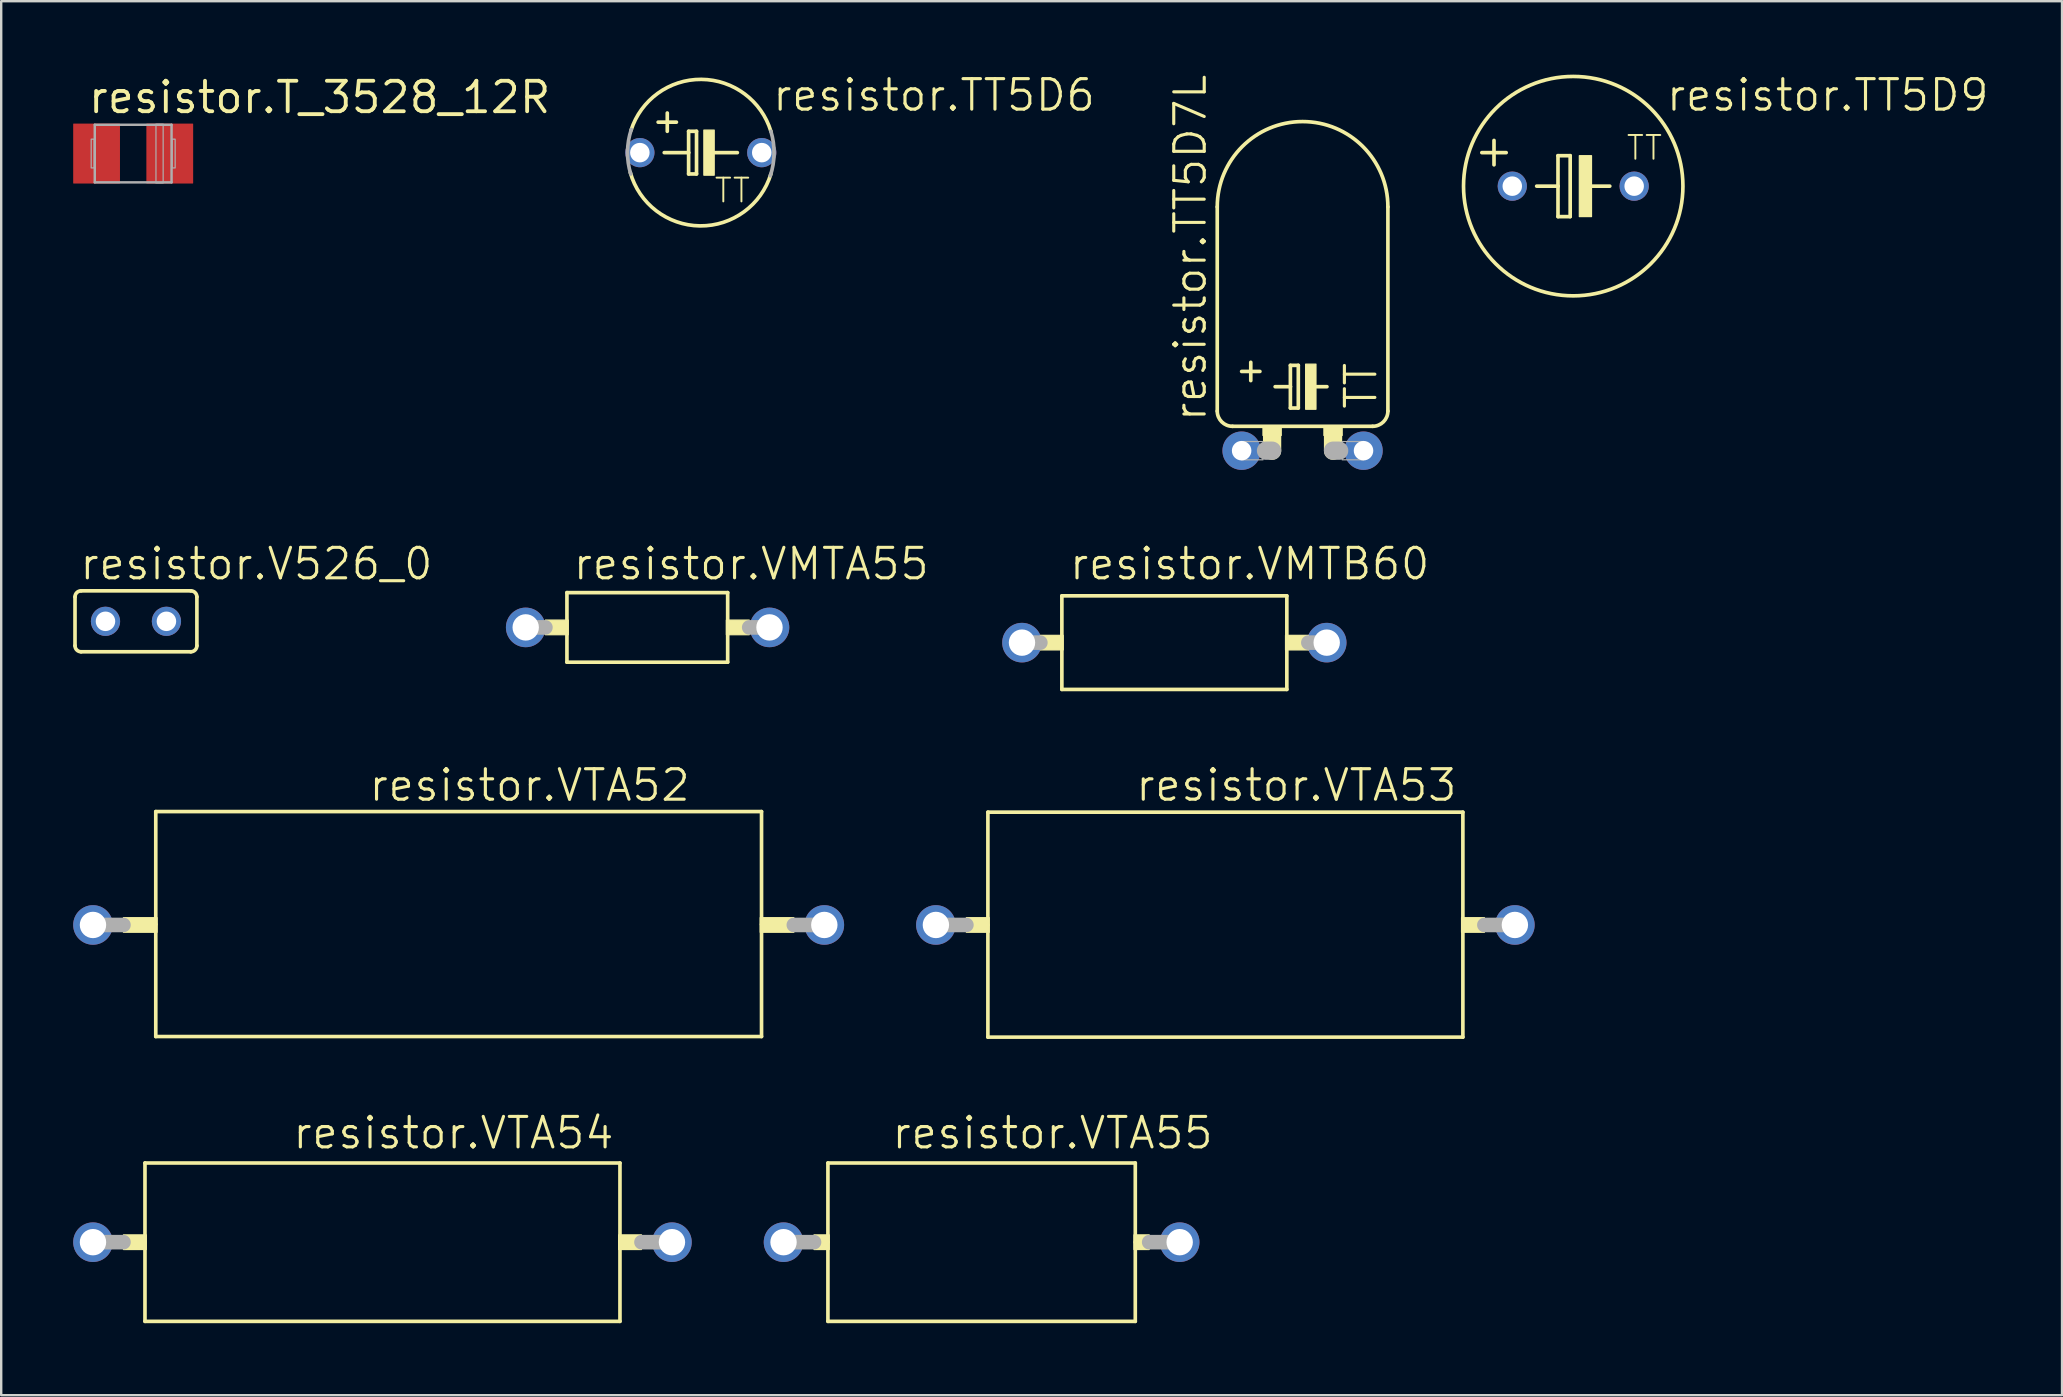
<source format=kicad_pcb>
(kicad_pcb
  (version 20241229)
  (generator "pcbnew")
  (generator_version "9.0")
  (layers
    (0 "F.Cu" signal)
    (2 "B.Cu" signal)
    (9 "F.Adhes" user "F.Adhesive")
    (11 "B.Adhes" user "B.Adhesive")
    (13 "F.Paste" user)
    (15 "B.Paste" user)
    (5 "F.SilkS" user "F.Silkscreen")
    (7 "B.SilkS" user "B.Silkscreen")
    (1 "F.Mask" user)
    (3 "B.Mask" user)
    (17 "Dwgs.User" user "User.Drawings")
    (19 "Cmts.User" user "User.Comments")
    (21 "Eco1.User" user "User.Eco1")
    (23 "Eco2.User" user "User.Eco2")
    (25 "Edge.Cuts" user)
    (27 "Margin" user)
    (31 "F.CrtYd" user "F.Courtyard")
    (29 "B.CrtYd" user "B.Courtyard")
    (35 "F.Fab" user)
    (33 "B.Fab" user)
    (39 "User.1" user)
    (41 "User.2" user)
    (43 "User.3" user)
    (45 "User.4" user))
  (footprint "resistor.VMTA55"
    (layer "F.Cu")
    (at 23.94 23.098)
    (property "Reference" "resistor.VMTA55" (at -3.175 -1.905 0) (layer "F.SilkS") (effects (font (size 1.27 1.27) (thickness 0.13)) (justify left bottom)))
    (attr through_hole)
    (fp_line (start -3.362 -1.45) (end -3.362 1.45) (stroke (width 0.152) (type default)) (layer "F.SilkS"))
    (fp_line (start -3.362 1.45) (end 3.337 1.45) (stroke (width 0.152) (type default)) (layer "F.SilkS"))
    (fp_line (start 3.337 -1.45) (end -3.362 -1.45) (stroke (width 0.152) (type default)) (layer "F.SilkS"))
    (fp_line (start 3.337 1.45) (end 3.337 -1.45) (stroke (width 0.152) (type default)) (layer "F.SilkS"))
    (fp_rect (start -4.26 0.305) (end -3.308 -0.305) (stroke (width 0.05) (type default)) (fill yes) (layer "F.SilkS"))
    (fp_rect (start 3.283 0.305) (end 4.235 -0.305) (stroke (width 0.05) (type default)) (fill yes) (layer "F.SilkS"))
    (fp_line (start -5.08 0) (end -4.26 0) (stroke (width 0.61) (type default)) (layer "F.Fab"))
    (fp_line (start 4.235 0) (end 5.08 0) (stroke (width 0.61) (type default)) (layer "F.Fab"))
    (pad "1" thru_hole circle (at -5.08 0) (size 1.65 1.65) (drill 1.1) (layers "*.Cu" "*.Mask"))
    (pad "2" thru_hole circle (at 5.08 0) (size 1.65 1.65) (drill 1.1) (layers "*.Cu" "*.Mask")))
  (footprint "resistor.VTA52"
    (layer "F.Cu")
    (at 16.065 35.499)
    (property "Reference" "resistor.VTA52" (at -3.81 -5.08 0) (layer "F.SilkS") (effects (font (size 1.27 1.27) (thickness 0.13)) (justify left bottom)))
    (attr through_hole)
    (fp_line (start -12.623 -4.725) (end -12.623 -0.025) (stroke (width 0.152) (type default)) (layer "F.SilkS"))
    (fp_line (start -12.623 -0.025) (end -12.623 4.65) (stroke (width 0.152) (type default)) (layer "F.SilkS"))
    (fp_line (start -12.623 4.65) (end 12.623 4.65) (stroke (width 0.152) (type default)) (layer "F.SilkS"))
    (fp_line (start 12.623 -4.725) (end -12.623 -4.725) (stroke (width 0.152) (type default)) (layer "F.SilkS"))
    (fp_line (start 12.623 -0.025) (end 12.623 -4.725) (stroke (width 0.152) (type default)) (layer "F.SilkS"))
    (fp_line (start 12.623 4.65) (end 12.623 -0.025) (stroke (width 0.152) (type default)) (layer "F.SilkS"))
    (fp_rect (start -13.97 0.305) (end -12.568 -0.305) (stroke (width 0.05) (type default)) (fill yes) (layer "F.SilkS"))
    (fp_rect (start 12.568 0.305) (end 13.97 -0.305) (stroke (width 0.05) (type default)) (fill yes) (layer "F.SilkS"))
    (fp_line (start -15.24 0) (end -13.97 0) (stroke (width 0.61) (type default)) (layer "F.Fab"))
    (fp_line (start 13.97 0) (end 15.24 0) (stroke (width 0.61) (type default)) (layer "F.Fab"))
    (pad "1" thru_hole circle (at -15.24 0) (size 1.65 1.65) (drill 1.1) (layers "*.Cu" "*.Mask"))
    (pad "2" thru_hole circle (at 15.24 0) (size 1.65 1.65) (drill 1.1) (layers "*.Cu" "*.Mask")))
  (footprint "resistor.TT5D9"
    (layer "F.Cu")
    (at 62.517 4.708)
    (property "Reference" "resistor.TT5D9" (at 3.81 -3.048 0) (layer "F.SilkS") (effects (font (size 1.27 1.27) (thickness 0.13)) (justify left bottom)))
    (attr through_hole)
    (fp_line (start -3.302 -1.905) (end -3.302 -0.889) (stroke (width 0.152) (type default)) (layer "F.SilkS"))
    (fp_line (start -2.794 -1.397) (end -3.81 -1.397) (stroke (width 0.152) (type default)) (layer "F.SilkS"))
    (fp_line (start -1.524 0) (end -0.635 0) (stroke (width 0.152) (type default)) (layer "F.SilkS"))
    (fp_line (start -0.635 -1.27) (end -0.635 0) (stroke (width 0.152) (type default)) (layer "F.SilkS"))
    (fp_line (start -0.635 0) (end -0.635 1.27) (stroke (width 0.152) (type default)) (layer "F.SilkS"))
    (fp_line (start -0.635 1.27) (end -0.127 1.27) (stroke (width 0.152) (type default)) (layer "F.SilkS"))
    (fp_line (start -0.127 -1.27) (end -0.635 -1.27) (stroke (width 0.152) (type default)) (layer "F.SilkS"))
    (fp_line (start -0.127 1.27) (end -0.127 -1.27) (stroke (width 0.152) (type default)) (layer "F.SilkS"))
    (fp_line (start 0.635 0) (end 1.524 0) (stroke (width 0.152) (type default)) (layer "F.SilkS"))
    (fp_rect (start 0.254 1.27) (end 0.762 -1.27) (stroke (width 0.05) (type default)) (fill yes) (layer "F.SilkS"))
    (fp_circle (center 0 0) (end 4.572 0) (stroke (width 0.152) (type default)) (fill no) (layer "F.SilkS"))
    (fp_text user "TT" (at 2.159 -1.016 0) (layer "F.SilkS") (effects (font (size 0.991 0.991) (thickness 0.08)) (justify left bottom)))
    (pad "+" thru_hole circle (at -2.54 0) (size 1.219 1.219) (drill 0.813) (layers "*.Cu" "*.Mask"))
    (pad "-" thru_hole circle (at 2.54 0) (size 1.219 1.219) (drill 0.813) (layers "*.Cu" "*.Mask")))
  (footprint "resistor.T_3528_12R"
    (layer "F.Cu")
    (at 2.5 3.35)
    (property "Reference" "resistor.T_3528_12R" (at -1.95 -1.6 0) (layer "F.SilkS") (effects (font (size 1.27 1.27) (thickness 0.16)) (justify left bottom)))
    (attr smd)
    (fp_line (start -1.6 -1.2) (end 1.6 -1.2) (stroke (width 0.102) (type default)) (layer "F.Fab"))
    (fp_line (start -1.6 1.2) (end -1.6 -1.2) (stroke (width 0.102) (type default)) (layer "F.Fab"))
    (fp_line (start 1.6 -1.2) (end 1.6 1.2) (stroke (width 0.102) (type default)) (layer "F.Fab"))
    (fp_line (start 1.6 1.2) (end -1.6 1.2) (stroke (width 0.102) (type default)) (layer "F.Fab"))
    (fp_rect (start -1.75 0.6) (end -1.625 -0.6) (stroke (width 0.05) (type default)) (fill no) (layer "F.Fab"))
    (fp_rect (start 0.95 1.225) (end 1.25 -1.225) (stroke (width 0.05) (type default)) (fill no) (layer "F.Fab"))
    (fp_rect (start 1.625 0.6) (end 1.75 -0.6) (stroke (width 0.05) (type default)) (fill no) (layer "F.Fab"))
    (pad "+" smd roundrect (at 1.525 0) (size 1.95 2.5) (layers "F.Cu" "F.Mask" "F.Paste") (roundrect_rratio 0.01))
    (pad "-" smd roundrect (at -1.525 0) (size 1.95 2.5) (layers "F.Cu" "F.Mask" "F.Paste") (roundrect_rratio 0.01)))
  (footprint "resistor.VTA54"
    (layer "F.Cu")
    (at 12.89 48.72)
    (property "Reference" "resistor.VTA54" (at -3.81 -3.81 0) (layer "F.SilkS") (effects (font (size 1.27 1.27) (thickness 0.13)) (justify left bottom)))
    (attr through_hole)
    (fp_line (start -9.898 -3.3) (end -9.898 0) (stroke (width 0.152) (type default)) (layer "F.SilkS"))
    (fp_line (start -9.898 0) (end -9.898 3.3) (stroke (width 0.152) (type default)) (layer "F.SilkS"))
    (fp_line (start -9.898 3.3) (end 9.898 3.3) (stroke (width 0.152) (type default)) (layer "F.SilkS"))
    (fp_line (start 9.898 -3.3) (end -9.898 -3.3) (stroke (width 0.152) (type default)) (layer "F.SilkS"))
    (fp_line (start 9.898 0) (end 9.898 -3.3) (stroke (width 0.152) (type default)) (layer "F.SilkS"))
    (fp_line (start 9.898 3.3) (end 9.898 0) (stroke (width 0.152) (type default)) (layer "F.SilkS"))
    (fp_rect (start -10.795 0.305) (end -9.842 -0.305) (stroke (width 0.05) (type default)) (fill yes) (layer "F.SilkS"))
    (fp_rect (start 9.842 0.305) (end 10.795 -0.305) (stroke (width 0.05) (type default)) (fill yes) (layer "F.SilkS"))
    (fp_line (start -12.065 0) (end -10.795 0) (stroke (width 0.61) (type default)) (layer "F.Fab"))
    (fp_line (start 10.795 0) (end 12.065 0) (stroke (width 0.61) (type default)) (layer "F.Fab"))
    (pad "1" thru_hole circle (at -12.065 0) (size 1.65 1.65) (drill 1.1) (layers "*.Cu" "*.Mask"))
    (pad "2" thru_hole circle (at 12.065 0) (size 1.65 1.65) (drill 1.1) (layers "*.Cu" "*.Mask")))
  (footprint "resistor.TT5D6"
    (layer "F.Cu")
    (at 26.157 3.311)
    (property "Reference" "resistor.TT5D6" (at 2.921 -1.651 0) (layer "F.SilkS") (effects (font (size 1.27 1.27) (thickness 0.13)) (justify left bottom)))
    (attr through_hole)
    (fp_line (start -1.778 -1.27) (end -1.016 -1.27) (stroke (width 0.152) (type default)) (layer "F.SilkS"))
    (fp_line (start -1.524 0) (end -0.508 0) (stroke (width 0.152) (type default)) (layer "F.SilkS"))
    (fp_line (start -1.397 -1.651) (end -1.397 -0.889) (stroke (width 0.152) (type default)) (layer "F.SilkS"))
    (fp_line (start -0.508 -0.889) (end -0.508 0) (stroke (width 0.152) (type default)) (layer "F.SilkS"))
    (fp_line (start -0.508 0) (end -0.508 0.889) (stroke (width 0.152) (type default)) (layer "F.SilkS"))
    (fp_line (start -0.508 0.889) (end -0.178 0.889) (stroke (width 0.152) (type default)) (layer "F.SilkS"))
    (fp_line (start -0.178 -0.889) (end -0.508 -0.889) (stroke (width 0.152) (type default)) (layer "F.SilkS"))
    (fp_line (start -0.178 0.889) (end -0.178 -0.889) (stroke (width 0.152) (type default)) (layer "F.SilkS"))
    (fp_line (start 0.508 0) (end 1.524 0) (stroke (width 0.152) (type default)) (layer "F.SilkS"))
    (fp_rect (start 0.127 0.94) (end 0.559 -0.94) (stroke (width 0.05) (type default)) (fill yes) (layer "F.SilkS"))
    (fp_arc (start -2.908 -0.9307) (mid 0.021833 -3.053218) (end 2.921 -0.889) (stroke (width 0.1524) (type default)) (layer "F.SilkS"))
    (fp_arc (start 2.9211 0.889) (mid -0.034264 3.05318) (end -2.9403 0.8232) (stroke (width 0.1524) (type default)) (layer "F.SilkS"))
    (fp_arc (start -2.921 0.889) (mid -3.053017 -0.040147) (end -2.8966 -0.9655) (stroke (width 0.1524) (type default)) (layer "F.Fab"))
    (fp_arc (start 2.921 -0.889) (mid 3.053017 0.040147) (end 2.8966 0.9655) (stroke (width 0.1524) (type default)) (layer "F.Fab"))
    (fp_text user "TT" (at 0.508 2.159 0) (layer "F.SilkS") (effects (font (size 0.991 0.991) (thickness 0.08)) (justify left bottom)))
    (pad "+" thru_hole circle (at -2.54 0) (size 1.219 1.219) (drill 0.813) (layers "*.Cu" "*.Mask"))
    (pad "-" thru_hole circle (at 2.54 0) (size 1.219 1.219) (drill 0.813) (layers "*.Cu" "*.Mask")))
  (footprint "resistor.VTA55"
    (layer "F.Cu")
    (at 37.86 48.72)
    (property "Reference" "resistor.VTA55" (at -3.81 -3.81 0) (layer "F.SilkS") (effects (font (size 1.27 1.27) (thickness 0.13)) (justify left bottom)))
    (attr through_hole)
    (fp_line (start -6.405 -3.3) (end -6.405 0) (stroke (width 0.152) (type default)) (layer "F.SilkS"))
    (fp_line (start -6.405 0) (end -6.405 3.3) (stroke (width 0.152) (type default)) (layer "F.SilkS"))
    (fp_line (start -6.405 3.3) (end 6.405 3.3) (stroke (width 0.152) (type default)) (layer "F.SilkS"))
    (fp_line (start 6.405 -3.3) (end -6.405 -3.3) (stroke (width 0.152) (type default)) (layer "F.SilkS"))
    (fp_line (start 6.405 0) (end 6.405 -3.3) (stroke (width 0.152) (type default)) (layer "F.SilkS"))
    (fp_line (start 6.405 3.3) (end 6.405 0) (stroke (width 0.152) (type default)) (layer "F.SilkS"))
    (fp_rect (start -6.985 0.305) (end -6.35 -0.305) (stroke (width 0.05) (type default)) (fill yes) (layer "F.SilkS"))
    (fp_rect (start 6.35 0.305) (end 6.985 -0.305) (stroke (width 0.05) (type default)) (fill yes) (layer "F.SilkS"))
    (fp_line (start -8.255 0) (end -6.985 0) (stroke (width 0.61) (type default)) (layer "F.Fab"))
    (fp_line (start 6.985 0) (end 8.255 0) (stroke (width 0.61) (type default)) (layer "F.Fab"))
    (pad "1" thru_hole circle (at -8.255 0) (size 1.65 1.65) (drill 1.1) (layers "*.Cu" "*.Mask"))
    (pad "2" thru_hole circle (at 8.255 0) (size 1.65 1.65) (drill 1.1) (layers "*.Cu" "*.Mask")))
  (footprint "resistor.V526_0"
    (layer "F.Cu")
    (at 2.616 22.844)
    (property "Reference" "resistor.V526_0" (at -2.413 -1.651 0) (layer "F.SilkS") (effects (font (size 1.27 1.27) (thickness 0.13)) (justify left bottom)))
    (attr through_hole)
    (fp_line (start -2.54 -1.016) (end -2.54 1.016) (stroke (width 0.152) (type default)) (layer "F.SilkS"))
    (fp_line (start -2.286 1.27) (end 2.286 1.27) (stroke (width 0.152) (type default)) (layer "F.SilkS"))
    (fp_line (start 2.286 -1.27) (end -2.286 -1.27) (stroke (width 0.152) (type default)) (layer "F.SilkS"))
    (fp_line (start 2.54 1.016) (end 2.54 -1.016) (stroke (width 0.152) (type default)) (layer "F.SilkS"))
    (fp_arc (start -2.54 -1.016) (mid -2.465605 -1.195605) (end -2.286 -1.27) (stroke (width 0.1524) (type default)) (layer "F.SilkS"))
    (fp_arc (start -2.286 1.27) (mid -2.465605 1.195605) (end -2.54 1.016) (stroke (width 0.1524) (type default)) (layer "F.SilkS"))
    (fp_arc (start 2.286 -1.27) (mid 2.465605 -1.195605) (end 2.54 -1.016) (stroke (width 0.1524) (type default)) (layer "F.SilkS"))
    (fp_arc (start 2.54 1.016) (mid 2.465605 1.195605) (end 2.286 1.27) (stroke (width 0.1524) (type default)) (layer "F.SilkS"))
    (pad "1" thru_hole circle (at -1.27 0) (size 1.219 1.219) (drill 0.813) (layers "*.Cu" "*.Mask"))
    (pad "2" thru_hole circle (at 1.27 0) (size 1.219 1.219) (drill 0.813) (layers "*.Cu" "*.Mask")))
  (footprint "resistor.TT5D7L"
    (layer "F.Cu")
    (at 51.237 15.733)
    (property "Reference" "resistor.TT5D7L" (at -3.937 -1.143 90) (layer "F.SilkS") (effects (font (size 1.27 1.27) (thickness 0.13)) (justify left bottom)))
    (attr through_hole)
    (fp_line (start -3.556 -10.16) (end -3.556 -1.651) (stroke (width 0.152) (type default)) (layer "F.SilkS"))
    (fp_line (start -2.921 -1.016) (end 2.921 -1.016) (stroke (width 0.152) (type default)) (layer "F.SilkS"))
    (fp_line (start -2.54 -3.302) (end -1.778 -3.302) (stroke (width 0.152) (type default)) (layer "F.SilkS"))
    (fp_line (start -2.159 -3.683) (end -2.159 -2.921) (stroke (width 0.152) (type default)) (layer "F.SilkS"))
    (fp_line (start -1.27 -0.635) (end -1.27 0) (stroke (width 0.762) (type default)) (layer "F.SilkS"))
    (fp_line (start -1.143 -2.667) (end -0.508 -2.667) (stroke (width 0.152) (type default)) (layer "F.SilkS"))
    (fp_line (start -0.508 -3.556) (end -0.508 -2.667) (stroke (width 0.152) (type default)) (layer "F.SilkS"))
    (fp_line (start -0.508 -2.667) (end -0.508 -1.778) (stroke (width 0.152) (type default)) (layer "F.SilkS"))
    (fp_line (start -0.508 -1.778) (end -0.178 -1.778) (stroke (width 0.152) (type default)) (layer "F.SilkS"))
    (fp_line (start -0.178 -3.556) (end -0.508 -3.556) (stroke (width 0.152) (type default)) (layer "F.SilkS"))
    (fp_line (start -0.178 -1.778) (end -0.178 -3.556) (stroke (width 0.152) (type default)) (layer "F.SilkS"))
    (fp_line (start 0.508 -2.667) (end 1.016 -2.667) (stroke (width 0.152) (type default)) (layer "F.SilkS"))
    (fp_line (start 1.27 -0.635) (end 1.27 0) (stroke (width 0.762) (type default)) (layer "F.SilkS"))
    (fp_line (start 3.556 -10.16) (end 3.556 -1.651) (stroke (width 0.152) (type default)) (layer "F.SilkS"))
    (fp_rect (start -1.651 -0.635) (end -0.889 -1.016) (stroke (width 0.05) (type default)) (fill yes) (layer "F.SilkS"))
    (fp_rect (start 0.127 -1.727) (end 0.559 -3.607) (stroke (width 0.05) (type default)) (fill yes) (layer "F.SilkS"))
    (fp_rect (start 0.889 -0.635) (end 1.651 -1.016) (stroke (width 0.05) (type default)) (fill yes) (layer "F.SilkS"))
    (fp_arc (start -3.556 -10.16) (mid 0 -13.716) (end 3.556 -10.16) (stroke (width 0.1524) (type default)) (layer "F.SilkS"))
    (fp_arc (start -2.921 -1.016) (mid -3.370013 -1.201987) (end -3.556 -1.651) (stroke (width 0.1524) (type default)) (layer "F.SilkS"))
    (fp_arc (start 3.556 -1.651) (mid 3.370013 -1.201987) (end 2.921 -1.016) (stroke (width 0.1524) (type default)) (layer "F.SilkS"))
    (fp_line (start -1.524 0) (end -1.27 0) (stroke (width 0.762) (type default)) (layer "F.Fab"))
    (fp_line (start 1.524 0) (end 1.27 0) (stroke (width 0.762) (type default)) (layer "F.Fab"))
    (fp_rect (start -2.54 0.381) (end -1.651 -0.381) (stroke (width 0.05) (type default)) (fill no) (layer "F.Fab"))
    (fp_rect (start 1.651 0.381) (end 2.54 -0.381) (stroke (width 0.05) (type default)) (fill no) (layer "F.Fab"))
    (fp_text user "TT" (at 3.175 -1.651 90) (layer "F.SilkS") (effects (font (size 1.27 1.27) (thickness 0.13)) (justify left bottom)))
    (pad "+" thru_hole circle (at -2.54 0) (size 1.6 1.6) (drill 0.813) (layers "*.Cu" "*.Mask"))
    (pad "-" thru_hole circle (at 2.54 0) (size 1.6 1.6) (drill 0.813) (layers "*.Cu" "*.Mask")))
  (footprint "resistor.VMTB60"
    (layer "F.Cu")
    (at 45.893 23.733)
    (property "Reference" "resistor.VMTB60" (at -4.445 -2.54 0) (layer "F.SilkS") (effects (font (size 1.27 1.27) (thickness 0.13)) (justify left bottom)))
    (attr through_hole)
    (fp_line (start -4.688 -1.95) (end -4.688 1.95) (stroke (width 0.152) (type default)) (layer "F.SilkS"))
    (fp_line (start -4.688 1.95) (end 4.688 1.95) (stroke (width 0.152) (type default)) (layer "F.SilkS"))
    (fp_line (start 4.688 -1.95) (end -4.688 -1.95) (stroke (width 0.152) (type default)) (layer "F.SilkS"))
    (fp_line (start 4.688 1.95) (end 4.688 -1.95) (stroke (width 0.152) (type default)) (layer "F.SilkS"))
    (fp_rect (start -5.585 0.305) (end -4.633 -0.305) (stroke (width 0.05) (type default)) (fill yes) (layer "F.SilkS"))
    (fp_rect (start 4.633 0.305) (end 5.585 -0.305) (stroke (width 0.05) (type default)) (fill yes) (layer "F.SilkS"))
    (fp_line (start -6.35 0) (end -5.585 0) (stroke (width 0.61) (type default)) (layer "F.Fab"))
    (fp_line (start 5.585 0) (end 6.35 0) (stroke (width 0.61) (type default)) (layer "F.Fab"))
    (pad "1" thru_hole circle (at -6.35 0) (size 1.65 1.65) (drill 1.1) (layers "*.Cu" "*.Mask"))
    (pad "2" thru_hole circle (at 6.35 0) (size 1.65 1.65) (drill 1.1) (layers "*.Cu" "*.Mask")))
  (footprint "resistor.VTA53"
    (layer "F.Cu")
    (at 48.02 35.499)
    (property "Reference" "resistor.VTA53" (at -3.81 -5.08 0) (layer "F.SilkS") (effects (font (size 1.27 1.27) (thickness 0.13)) (justify left bottom)))
    (attr through_hole)
    (fp_line (start -9.898 -4.7) (end -9.898 0) (stroke (width 0.152) (type default)) (layer "F.SilkS"))
    (fp_line (start -9.898 0) (end -9.898 4.675) (stroke (width 0.152) (type default)) (layer "F.SilkS"))
    (fp_line (start -9.898 4.675) (end 9.898 4.675) (stroke (width 0.152) (type default)) (layer "F.SilkS"))
    (fp_line (start 9.898 -4.7) (end -9.898 -4.7) (stroke (width 0.152) (type default)) (layer "F.SilkS"))
    (fp_line (start 9.898 0) (end 9.898 -4.7) (stroke (width 0.152) (type default)) (layer "F.SilkS"))
    (fp_line (start 9.898 4.675) (end 9.898 0) (stroke (width 0.152) (type default)) (layer "F.SilkS"))
    (fp_rect (start -10.795 0.305) (end -9.842 -0.305) (stroke (width 0.05) (type default)) (fill yes) (layer "F.SilkS"))
    (fp_rect (start 9.842 0.305) (end 10.795 -0.305) (stroke (width 0.05) (type default)) (fill yes) (layer "F.SilkS"))
    (fp_line (start -12.065 0) (end -10.795 0) (stroke (width 0.61) (type default)) (layer "F.Fab"))
    (fp_line (start 10.795 0) (end 12.065 0) (stroke (width 0.61) (type default)) (layer "F.Fab"))
    (pad "1" thru_hole circle (at -12.065 0) (size 1.65 1.65) (drill 1.1) (layers "*.Cu" "*.Mask"))
    (pad "2" thru_hole circle (at 12.065 0) (size 1.65 1.65) (drill 1.1) (layers "*.Cu" "*.Mask")))
  (gr_rect
    (start -3 -3)
    (end 82.889 55.097)
    (stroke (width 0.1) (type default))
    (fill no)
    (layer "Edge.Cuts")))
</source>
